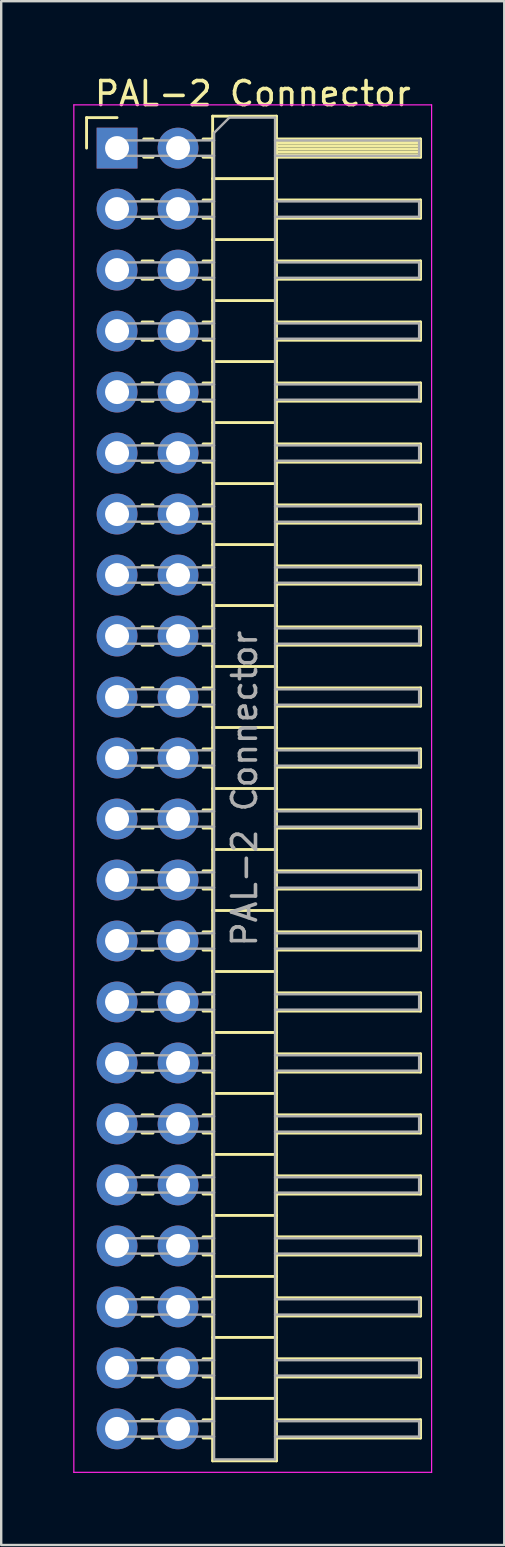
<source format=kicad_pcb>
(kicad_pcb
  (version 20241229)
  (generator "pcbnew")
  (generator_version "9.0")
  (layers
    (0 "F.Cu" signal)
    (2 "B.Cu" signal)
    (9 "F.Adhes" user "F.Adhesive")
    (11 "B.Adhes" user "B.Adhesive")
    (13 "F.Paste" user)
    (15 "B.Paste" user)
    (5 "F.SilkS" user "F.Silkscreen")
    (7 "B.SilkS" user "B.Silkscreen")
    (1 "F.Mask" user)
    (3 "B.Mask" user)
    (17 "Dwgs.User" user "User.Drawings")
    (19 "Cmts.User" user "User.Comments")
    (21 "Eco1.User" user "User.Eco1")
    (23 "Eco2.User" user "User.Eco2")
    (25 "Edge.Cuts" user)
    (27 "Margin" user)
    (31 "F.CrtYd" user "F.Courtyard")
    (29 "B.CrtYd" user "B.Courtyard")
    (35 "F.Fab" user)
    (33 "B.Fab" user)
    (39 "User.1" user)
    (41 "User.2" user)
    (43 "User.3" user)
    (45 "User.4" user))
  (footprint "PAL-2 Connector"
    (layer "F.Cu")
    (at 1.825 3.118)
    (property "Reference" "PAL-2 Connector" (at 5.655 -2.27 0) (layer "F.SilkS") (effects (font (size 1 1) (thickness 0.15))))
    (attr through_hole)
    (fp_line (start -1.27 -1.27) (end 0 -1.27) (stroke (width 0.12) (type solid)) (layer "F.SilkS"))
    (fp_line (start -1.27 0) (end -1.27 -1.27) (stroke (width 0.12) (type solid)) (layer "F.SilkS"))
    (fp_line (start 1.043 2.16) (end 1.497 2.16) (stroke (width 0.12) (type solid)) (layer "F.SilkS"))
    (fp_line (start 1.043 2.92) (end 1.497 2.92) (stroke (width 0.12) (type solid)) (layer "F.SilkS"))
    (fp_line (start 1.043 4.7) (end 1.497 4.7) (stroke (width 0.12) (type solid)) (layer "F.SilkS"))
    (fp_line (start 1.043 5.46) (end 1.497 5.46) (stroke (width 0.12) (type solid)) (layer "F.SilkS"))
    (fp_line (start 1.043 7.24) (end 1.497 7.24) (stroke (width 0.12) (type solid)) (layer "F.SilkS"))
    (fp_line (start 1.043 8) (end 1.497 8) (stroke (width 0.12) (type solid)) (layer "F.SilkS"))
    (fp_line (start 1.043 9.78) (end 1.497 9.78) (stroke (width 0.12) (type solid)) (layer "F.SilkS"))
    (fp_line (start 1.043 10.54) (end 1.497 10.54) (stroke (width 0.12) (type solid)) (layer "F.SilkS"))
    (fp_line (start 1.043 12.32) (end 1.497 12.32) (stroke (width 0.12) (type solid)) (layer "F.SilkS"))
    (fp_line (start 1.043 13.08) (end 1.497 13.08) (stroke (width 0.12) (type solid)) (layer "F.SilkS"))
    (fp_line (start 1.043 14.86) (end 1.497 14.86) (stroke (width 0.12) (type solid)) (layer "F.SilkS"))
    (fp_line (start 1.043 15.62) (end 1.497 15.62) (stroke (width 0.12) (type solid)) (layer "F.SilkS"))
    (fp_line (start 1.043 17.4) (end 1.497 17.4) (stroke (width 0.12) (type solid)) (layer "F.SilkS"))
    (fp_line (start 1.043 18.16) (end 1.497 18.16) (stroke (width 0.12) (type solid)) (layer "F.SilkS"))
    (fp_line (start 1.043 19.94) (end 1.497 19.94) (stroke (width 0.12) (type solid)) (layer "F.SilkS"))
    (fp_line (start 1.043 20.7) (end 1.497 20.7) (stroke (width 0.12) (type solid)) (layer "F.SilkS"))
    (fp_line (start 1.043 22.48) (end 1.497 22.48) (stroke (width 0.12) (type solid)) (layer "F.SilkS"))
    (fp_line (start 1.043 23.24) (end 1.497 23.24) (stroke (width 0.12) (type solid)) (layer "F.SilkS"))
    (fp_line (start 1.043 25.02) (end 1.497 25.02) (stroke (width 0.12) (type solid)) (layer "F.SilkS"))
    (fp_line (start 1.043 25.78) (end 1.497 25.78) (stroke (width 0.12) (type solid)) (layer "F.SilkS"))
    (fp_line (start 1.043 27.56) (end 1.497 27.56) (stroke (width 0.12) (type solid)) (layer "F.SilkS"))
    (fp_line (start 1.043 28.32) (end 1.497 28.32) (stroke (width 0.12) (type solid)) (layer "F.SilkS"))
    (fp_line (start 1.043 30.1) (end 1.497 30.1) (stroke (width 0.12) (type solid)) (layer "F.SilkS"))
    (fp_line (start 1.043 30.86) (end 1.497 30.86) (stroke (width 0.12) (type solid)) (layer "F.SilkS"))
    (fp_line (start 1.043 32.64) (end 1.497 32.64) (stroke (width 0.12) (type solid)) (layer "F.SilkS"))
    (fp_line (start 1.043 33.4) (end 1.497 33.4) (stroke (width 0.12) (type solid)) (layer "F.SilkS"))
    (fp_line (start 1.043 35.18) (end 1.497 35.18) (stroke (width 0.12) (type solid)) (layer "F.SilkS"))
    (fp_line (start 1.043 35.94) (end 1.497 35.94) (stroke (width 0.12) (type solid)) (layer "F.SilkS"))
    (fp_line (start 1.043 37.72) (end 1.497 37.72) (stroke (width 0.12) (type solid)) (layer "F.SilkS"))
    (fp_line (start 1.043 38.48) (end 1.497 38.48) (stroke (width 0.12) (type solid)) (layer "F.SilkS"))
    (fp_line (start 1.043 40.26) (end 1.497 40.26) (stroke (width 0.12) (type solid)) (layer "F.SilkS"))
    (fp_line (start 1.043 41.02) (end 1.497 41.02) (stroke (width 0.12) (type solid)) (layer "F.SilkS"))
    (fp_line (start 1.043 42.8) (end 1.497 42.8) (stroke (width 0.12) (type solid)) (layer "F.SilkS"))
    (fp_line (start 1.043 43.56) (end 1.497 43.56) (stroke (width 0.12) (type solid)) (layer "F.SilkS"))
    (fp_line (start 1.043 45.34) (end 1.497 45.34) (stroke (width 0.12) (type solid)) (layer "F.SilkS"))
    (fp_line (start 1.043 46.1) (end 1.497 46.1) (stroke (width 0.12) (type solid)) (layer "F.SilkS"))
    (fp_line (start 1.043 47.88) (end 1.497 47.88) (stroke (width 0.12) (type solid)) (layer "F.SilkS"))
    (fp_line (start 1.043 48.64) (end 1.497 48.64) (stroke (width 0.12) (type solid)) (layer "F.SilkS"))
    (fp_line (start 1.043 50.42) (end 1.497 50.42) (stroke (width 0.12) (type solid)) (layer "F.SilkS"))
    (fp_line (start 1.043 51.18) (end 1.497 51.18) (stroke (width 0.12) (type solid)) (layer "F.SilkS"))
    (fp_line (start 1.043 52.96) (end 1.497 52.96) (stroke (width 0.12) (type solid)) (layer "F.SilkS"))
    (fp_line (start 1.043 53.72) (end 1.497 53.72) (stroke (width 0.12) (type solid)) (layer "F.SilkS"))
    (fp_line (start 1.11 -0.38) (end 1.497 -0.38) (stroke (width 0.12) (type solid)) (layer "F.SilkS"))
    (fp_line (start 1.11 0.38) (end 1.497 0.38) (stroke (width 0.12) (type solid)) (layer "F.SilkS"))
    (fp_line (start 3.583 -0.38) (end 3.98 -0.38) (stroke (width 0.12) (type solid)) (layer "F.SilkS"))
    (fp_line (start 3.583 0.38) (end 3.98 0.38) (stroke (width 0.12) (type solid)) (layer "F.SilkS"))
    (fp_line (start 3.583 2.16) (end 3.98 2.16) (stroke (width 0.12) (type solid)) (layer "F.SilkS"))
    (fp_line (start 3.583 2.92) (end 3.98 2.92) (stroke (width 0.12) (type solid)) (layer "F.SilkS"))
    (fp_line (start 3.583 4.7) (end 3.98 4.7) (stroke (width 0.12) (type solid)) (layer "F.SilkS"))
    (fp_line (start 3.583 5.46) (end 3.98 5.46) (stroke (width 0.12) (type solid)) (layer "F.SilkS"))
    (fp_line (start 3.583 7.24) (end 3.98 7.24) (stroke (width 0.12) (type solid)) (layer "F.SilkS"))
    (fp_line (start 3.583 8) (end 3.98 8) (stroke (width 0.12) (type solid)) (layer "F.SilkS"))
    (fp_line (start 3.583 9.78) (end 3.98 9.78) (stroke (width 0.12) (type solid)) (layer "F.SilkS"))
    (fp_line (start 3.583 10.54) (end 3.98 10.54) (stroke (width 0.12) (type solid)) (layer "F.SilkS"))
    (fp_line (start 3.583 12.32) (end 3.98 12.32) (stroke (width 0.12) (type solid)) (layer "F.SilkS"))
    (fp_line (start 3.583 13.08) (end 3.98 13.08) (stroke (width 0.12) (type solid)) (layer "F.SilkS"))
    (fp_line (start 3.583 14.86) (end 3.98 14.86) (stroke (width 0.12) (type solid)) (layer "F.SilkS"))
    (fp_line (start 3.583 15.62) (end 3.98 15.62) (stroke (width 0.12) (type solid)) (layer "F.SilkS"))
    (fp_line (start 3.583 17.4) (end 3.98 17.4) (stroke (width 0.12) (type solid)) (layer "F.SilkS"))
    (fp_line (start 3.583 18.16) (end 3.98 18.16) (stroke (width 0.12) (type solid)) (layer "F.SilkS"))
    (fp_line (start 3.583 19.94) (end 3.98 19.94) (stroke (width 0.12) (type solid)) (layer "F.SilkS"))
    (fp_line (start 3.583 20.7) (end 3.98 20.7) (stroke (width 0.12) (type solid)) (layer "F.SilkS"))
    (fp_line (start 3.583 22.48) (end 3.98 22.48) (stroke (width 0.12) (type solid)) (layer "F.SilkS"))
    (fp_line (start 3.583 23.24) (end 3.98 23.24) (stroke (width 0.12) (type solid)) (layer "F.SilkS"))
    (fp_line (start 3.583 25.02) (end 3.98 25.02) (stroke (width 0.12) (type solid)) (layer "F.SilkS"))
    (fp_line (start 3.583 25.78) (end 3.98 25.78) (stroke (width 0.12) (type solid)) (layer "F.SilkS"))
    (fp_line (start 3.583 27.56) (end 3.98 27.56) (stroke (width 0.12) (type solid)) (layer "F.SilkS"))
    (fp_line (start 3.583 28.32) (end 3.98 28.32) (stroke (width 0.12) (type solid)) (layer "F.SilkS"))
    (fp_line (start 3.583 30.1) (end 3.98 30.1) (stroke (width 0.12) (type solid)) (layer "F.SilkS"))
    (fp_line (start 3.583 30.86) (end 3.98 30.86) (stroke (width 0.12) (type solid)) (layer "F.SilkS"))
    (fp_line (start 3.583 32.64) (end 3.98 32.64) (stroke (width 0.12) (type solid)) (layer "F.SilkS"))
    (fp_line (start 3.583 33.4) (end 3.98 33.4) (stroke (width 0.12) (type solid)) (layer "F.SilkS"))
    (fp_line (start 3.583 35.18) (end 3.98 35.18) (stroke (width 0.12) (type solid)) (layer "F.SilkS"))
    (fp_line (start 3.583 35.94) (end 3.98 35.94) (stroke (width 0.12) (type solid)) (layer "F.SilkS"))
    (fp_line (start 3.583 37.72) (end 3.98 37.72) (stroke (width 0.12) (type solid)) (layer "F.SilkS"))
    (fp_line (start 3.583 38.48) (end 3.98 38.48) (stroke (width 0.12) (type solid)) (layer "F.SilkS"))
    (fp_line (start 3.583 40.26) (end 3.98 40.26) (stroke (width 0.12) (type solid)) (layer "F.SilkS"))
    (fp_line (start 3.583 41.02) (end 3.98 41.02) (stroke (width 0.12) (type solid)) (layer "F.SilkS"))
    (fp_line (start 3.583 42.8) (end 3.98 42.8) (stroke (width 0.12) (type solid)) (layer "F.SilkS"))
    (fp_line (start 3.583 43.56) (end 3.98 43.56) (stroke (width 0.12) (type solid)) (layer "F.SilkS"))
    (fp_line (start 3.583 45.34) (end 3.98 45.34) (stroke (width 0.12) (type solid)) (layer "F.SilkS"))
    (fp_line (start 3.583 46.1) (end 3.98 46.1) (stroke (width 0.12) (type solid)) (layer "F.SilkS"))
    (fp_line (start 3.583 47.88) (end 3.98 47.88) (stroke (width 0.12) (type solid)) (layer "F.SilkS"))
    (fp_line (start 3.583 48.64) (end 3.98 48.64) (stroke (width 0.12) (type solid)) (layer "F.SilkS"))
    (fp_line (start 3.583 50.42) (end 3.98 50.42) (stroke (width 0.12) (type solid)) (layer "F.SilkS"))
    (fp_line (start 3.583 51.18) (end 3.98 51.18) (stroke (width 0.12) (type solid)) (layer "F.SilkS"))
    (fp_line (start 3.583 52.96) (end 3.98 52.96) (stroke (width 0.12) (type solid)) (layer "F.SilkS"))
    (fp_line (start 3.583 53.72) (end 3.98 53.72) (stroke (width 0.12) (type solid)) (layer "F.SilkS"))
    (fp_line (start 3.98 -1.33) (end 3.98 54.67) (stroke (width 0.12) (type solid)) (layer "F.SilkS"))
    (fp_line (start 3.98 1.27) (end 6.64 1.27) (stroke (width 0.12) (type solid)) (layer "F.SilkS"))
    (fp_line (start 3.98 3.81) (end 6.64 3.81) (stroke (width 0.12) (type solid)) (layer "F.SilkS"))
    (fp_line (start 3.98 6.35) (end 6.64 6.35) (stroke (width 0.12) (type solid)) (layer "F.SilkS"))
    (fp_line (start 3.98 8.89) (end 6.64 8.89) (stroke (width 0.12) (type solid)) (layer "F.SilkS"))
    (fp_line (start 3.98 11.43) (end 6.64 11.43) (stroke (width 0.12) (type solid)) (layer "F.SilkS"))
    (fp_line (start 3.98 13.97) (end 6.64 13.97) (stroke (width 0.12) (type solid)) (layer "F.SilkS"))
    (fp_line (start 3.98 16.51) (end 6.64 16.51) (stroke (width 0.12) (type solid)) (layer "F.SilkS"))
    (fp_line (start 3.98 19.05) (end 6.64 19.05) (stroke (width 0.12) (type solid)) (layer "F.SilkS"))
    (fp_line (start 3.98 21.59) (end 6.64 21.59) (stroke (width 0.12) (type solid)) (layer "F.SilkS"))
    (fp_line (start 3.98 24.13) (end 6.64 24.13) (stroke (width 0.12) (type solid)) (layer "F.SilkS"))
    (fp_line (start 3.98 26.67) (end 6.64 26.67) (stroke (width 0.12) (type solid)) (layer "F.SilkS"))
    (fp_line (start 3.98 29.21) (end 6.64 29.21) (stroke (width 0.12) (type solid)) (layer "F.SilkS"))
    (fp_line (start 3.98 31.75) (end 6.64 31.75) (stroke (width 0.12) (type solid)) (layer "F.SilkS"))
    (fp_line (start 3.98 34.29) (end 6.64 34.29) (stroke (width 0.12) (type solid)) (layer "F.SilkS"))
    (fp_line (start 3.98 36.83) (end 6.64 36.83) (stroke (width 0.12) (type solid)) (layer "F.SilkS"))
    (fp_line (start 3.98 39.37) (end 6.64 39.37) (stroke (width 0.12) (type solid)) (layer "F.SilkS"))
    (fp_line (start 3.98 41.91) (end 6.64 41.91) (stroke (width 0.12) (type solid)) (layer "F.SilkS"))
    (fp_line (start 3.98 44.45) (end 6.64 44.45) (stroke (width 0.12) (type solid)) (layer "F.SilkS"))
    (fp_line (start 3.98 46.99) (end 6.64 46.99) (stroke (width 0.12) (type solid)) (layer "F.SilkS"))
    (fp_line (start 3.98 49.53) (end 6.64 49.53) (stroke (width 0.12) (type solid)) (layer "F.SilkS"))
    (fp_line (start 3.98 52.07) (end 6.64 52.07) (stroke (width 0.12) (type solid)) (layer "F.SilkS"))
    (fp_line (start 3.98 54.67) (end 6.64 54.67) (stroke (width 0.12) (type solid)) (layer "F.SilkS"))
    (fp_line (start 6.64 -1.33) (end 3.98 -1.33) (stroke (width 0.12) (type solid)) (layer "F.SilkS"))
    (fp_line (start 6.64 -0.38) (end 12.64 -0.38) (stroke (width 0.12) (type solid)) (layer "F.SilkS"))
    (fp_line (start 6.64 -0.32) (end 12.64 -0.32) (stroke (width 0.12) (type solid)) (layer "F.SilkS"))
    (fp_line (start 6.64 -0.2) (end 12.64 -0.2) (stroke (width 0.12) (type solid)) (layer "F.SilkS"))
    (fp_line (start 6.64 -0.08) (end 12.64 -0.08) (stroke (width 0.12) (type solid)) (layer "F.SilkS"))
    (fp_line (start 6.64 0.04) (end 12.64 0.04) (stroke (width 0.12) (type solid)) (layer "F.SilkS"))
    (fp_line (start 6.64 0.16) (end 12.64 0.16) (stroke (width 0.12) (type solid)) (layer "F.SilkS"))
    (fp_line (start 6.64 0.28) (end 12.64 0.28) (stroke (width 0.12) (type solid)) (layer "F.SilkS"))
    (fp_line (start 6.64 2.16) (end 12.64 2.16) (stroke (width 0.12) (type solid)) (layer "F.SilkS"))
    (fp_line (start 6.64 4.7) (end 12.64 4.7) (stroke (width 0.12) (type solid)) (layer "F.SilkS"))
    (fp_line (start 6.64 7.24) (end 12.64 7.24) (stroke (width 0.12) (type solid)) (layer "F.SilkS"))
    (fp_line (start 6.64 9.78) (end 12.64 9.78) (stroke (width 0.12) (type solid)) (layer "F.SilkS"))
    (fp_line (start 6.64 12.32) (end 12.64 12.32) (stroke (width 0.12) (type solid)) (layer "F.SilkS"))
    (fp_line (start 6.64 14.86) (end 12.64 14.86) (stroke (width 0.12) (type solid)) (layer "F.SilkS"))
    (fp_line (start 6.64 17.4) (end 12.64 17.4) (stroke (width 0.12) (type solid)) (layer "F.SilkS"))
    (fp_line (start 6.64 19.94) (end 12.64 19.94) (stroke (width 0.12) (type solid)) (layer "F.SilkS"))
    (fp_line (start 6.64 22.48) (end 12.64 22.48) (stroke (width 0.12) (type solid)) (layer "F.SilkS"))
    (fp_line (start 6.64 25.02) (end 12.64 25.02) (stroke (width 0.12) (type solid)) (layer "F.SilkS"))
    (fp_line (start 6.64 27.56) (end 12.64 27.56) (stroke (width 0.12) (type solid)) (layer "F.SilkS"))
    (fp_line (start 6.64 30.1) (end 12.64 30.1) (stroke (width 0.12) (type solid)) (layer "F.SilkS"))
    (fp_line (start 6.64 32.64) (end 12.64 32.64) (stroke (width 0.12) (type solid)) (layer "F.SilkS"))
    (fp_line (start 6.64 35.18) (end 12.64 35.18) (stroke (width 0.12) (type solid)) (layer "F.SilkS"))
    (fp_line (start 6.64 37.72) (end 12.64 37.72) (stroke (width 0.12) (type solid)) (layer "F.SilkS"))
    (fp_line (start 6.64 40.26) (end 12.64 40.26) (stroke (width 0.12) (type solid)) (layer "F.SilkS"))
    (fp_line (start 6.64 42.8) (end 12.64 42.8) (stroke (width 0.12) (type solid)) (layer "F.SilkS"))
    (fp_line (start 6.64 45.34) (end 12.64 45.34) (stroke (width 0.12) (type solid)) (layer "F.SilkS"))
    (fp_line (start 6.64 47.88) (end 12.64 47.88) (stroke (width 0.12) (type solid)) (layer "F.SilkS"))
    (fp_line (start 6.64 50.42) (end 12.64 50.42) (stroke (width 0.12) (type solid)) (layer "F.SilkS"))
    (fp_line (start 6.64 52.96) (end 12.64 52.96) (stroke (width 0.12) (type solid)) (layer "F.SilkS"))
    (fp_line (start 6.64 54.67) (end 6.64 -1.33) (stroke (width 0.12) (type solid)) (layer "F.SilkS"))
    (fp_line (start 12.64 -0.38) (end 12.64 0.38) (stroke (width 0.12) (type solid)) (layer "F.SilkS"))
    (fp_line (start 12.64 0.38) (end 6.64 0.38) (stroke (width 0.12) (type solid)) (layer "F.SilkS"))
    (fp_line (start 12.64 2.16) (end 12.64 2.92) (stroke (width 0.12) (type solid)) (layer "F.SilkS"))
    (fp_line (start 12.64 2.92) (end 6.64 2.92) (stroke (width 0.12) (type solid)) (layer "F.SilkS"))
    (fp_line (start 12.64 4.7) (end 12.64 5.46) (stroke (width 0.12) (type solid)) (layer "F.SilkS"))
    (fp_line (start 12.64 5.46) (end 6.64 5.46) (stroke (width 0.12) (type solid)) (layer "F.SilkS"))
    (fp_line (start 12.64 7.24) (end 12.64 8) (stroke (width 0.12) (type solid)) (layer "F.SilkS"))
    (fp_line (start 12.64 8) (end 6.64 8) (stroke (width 0.12) (type solid)) (layer "F.SilkS"))
    (fp_line (start 12.64 9.78) (end 12.64 10.54) (stroke (width 0.12) (type solid)) (layer "F.SilkS"))
    (fp_line (start 12.64 10.54) (end 6.64 10.54) (stroke (width 0.12) (type solid)) (layer "F.SilkS"))
    (fp_line (start 12.64 12.32) (end 12.64 13.08) (stroke (width 0.12) (type solid)) (layer "F.SilkS"))
    (fp_line (start 12.64 13.08) (end 6.64 13.08) (stroke (width 0.12) (type solid)) (layer "F.SilkS"))
    (fp_line (start 12.64 14.86) (end 12.64 15.62) (stroke (width 0.12) (type solid)) (layer "F.SilkS"))
    (fp_line (start 12.64 15.62) (end 6.64 15.62) (stroke (width 0.12) (type solid)) (layer "F.SilkS"))
    (fp_line (start 12.64 17.4) (end 12.64 18.16) (stroke (width 0.12) (type solid)) (layer "F.SilkS"))
    (fp_line (start 12.64 18.16) (end 6.64 18.16) (stroke (width 0.12) (type solid)) (layer "F.SilkS"))
    (fp_line (start 12.64 19.94) (end 12.64 20.7) (stroke (width 0.12) (type solid)) (layer "F.SilkS"))
    (fp_line (start 12.64 20.7) (end 6.64 20.7) (stroke (width 0.12) (type solid)) (layer "F.SilkS"))
    (fp_line (start 12.64 22.48) (end 12.64 23.24) (stroke (width 0.12) (type solid)) (layer "F.SilkS"))
    (fp_line (start 12.64 23.24) (end 6.64 23.24) (stroke (width 0.12) (type solid)) (layer "F.SilkS"))
    (fp_line (start 12.64 25.02) (end 12.64 25.78) (stroke (width 0.12) (type solid)) (layer "F.SilkS"))
    (fp_line (start 12.64 25.78) (end 6.64 25.78) (stroke (width 0.12) (type solid)) (layer "F.SilkS"))
    (fp_line (start 12.64 27.56) (end 12.64 28.32) (stroke (width 0.12) (type solid)) (layer "F.SilkS"))
    (fp_line (start 12.64 28.32) (end 6.64 28.32) (stroke (width 0.12) (type solid)) (layer "F.SilkS"))
    (fp_line (start 12.64 30.1) (end 12.64 30.86) (stroke (width 0.12) (type solid)) (layer "F.SilkS"))
    (fp_line (start 12.64 30.86) (end 6.64 30.86) (stroke (width 0.12) (type solid)) (layer "F.SilkS"))
    (fp_line (start 12.64 32.64) (end 12.64 33.4) (stroke (width 0.12) (type solid)) (layer "F.SilkS"))
    (fp_line (start 12.64 33.4) (end 6.64 33.4) (stroke (width 0.12) (type solid)) (layer "F.SilkS"))
    (fp_line (start 12.64 35.18) (end 12.64 35.94) (stroke (width 0.12) (type solid)) (layer "F.SilkS"))
    (fp_line (start 12.64 35.94) (end 6.64 35.94) (stroke (width 0.12) (type solid)) (layer "F.SilkS"))
    (fp_line (start 12.64 37.72) (end 12.64 38.48) (stroke (width 0.12) (type solid)) (layer "F.SilkS"))
    (fp_line (start 12.64 38.48) (end 6.64 38.48) (stroke (width 0.12) (type solid)) (layer "F.SilkS"))
    (fp_line (start 12.64 40.26) (end 12.64 41.02) (stroke (width 0.12) (type solid)) (layer "F.SilkS"))
    (fp_line (start 12.64 41.02) (end 6.64 41.02) (stroke (width 0.12) (type solid)) (layer "F.SilkS"))
    (fp_line (start 12.64 42.8) (end 12.64 43.56) (stroke (width 0.12) (type solid)) (layer "F.SilkS"))
    (fp_line (start 12.64 43.56) (end 6.64 43.56) (stroke (width 0.12) (type solid)) (layer "F.SilkS"))
    (fp_line (start 12.64 45.34) (end 12.64 46.1) (stroke (width 0.12) (type solid)) (layer "F.SilkS"))
    (fp_line (start 12.64 46.1) (end 6.64 46.1) (stroke (width 0.12) (type solid)) (layer "F.SilkS"))
    (fp_line (start 12.64 47.88) (end 12.64 48.64) (stroke (width 0.12) (type solid)) (layer "F.SilkS"))
    (fp_line (start 12.64 48.64) (end 6.64 48.64) (stroke (width 0.12) (type solid)) (layer "F.SilkS"))
    (fp_line (start 12.64 50.42) (end 12.64 51.18) (stroke (width 0.12) (type solid)) (layer "F.SilkS"))
    (fp_line (start 12.64 51.18) (end 6.64 51.18) (stroke (width 0.12) (type solid)) (layer "F.SilkS"))
    (fp_line (start 12.64 52.96) (end 12.64 53.72) (stroke (width 0.12) (type solid)) (layer "F.SilkS"))
    (fp_line (start 12.64 53.72) (end 6.64 53.72) (stroke (width 0.12) (type solid)) (layer "F.SilkS"))
    (fp_line (start -1.8 -1.8) (end -1.8 55.15) (stroke (width 0.05) (type solid)) (layer "F.CrtYd"))
    (fp_line (start -1.8 55.15) (end 13.1 55.15) (stroke (width 0.05) (type solid)) (layer "F.CrtYd"))
    (fp_line (start 13.1 -1.8) (end -1.8 -1.8) (stroke (width 0.05) (type solid)) (layer "F.CrtYd"))
    (fp_line (start 13.1 55.15) (end 13.1 -1.8) (stroke (width 0.05) (type solid)) (layer "F.CrtYd"))
    (fp_line (start -0.32 -0.32) (end -0.32 0.32) (stroke (width 0.1) (type solid)) (layer "F.Fab"))
    (fp_line (start -0.32 -0.32) (end 4.04 -0.32) (stroke (width 0.1) (type solid)) (layer "F.Fab"))
    (fp_line (start -0.32 0.32) (end 4.04 0.32) (stroke (width 0.1) (type solid)) (layer "F.Fab"))
    (fp_line (start -0.32 2.22) (end -0.32 2.86) (stroke (width 0.1) (type solid)) (layer "F.Fab"))
    (fp_line (start -0.32 2.22) (end 4.04 2.22) (stroke (width 0.1) (type solid)) (layer "F.Fab"))
    (fp_line (start -0.32 2.86) (end 4.04 2.86) (stroke (width 0.1) (type solid)) (layer "F.Fab"))
    (fp_line (start -0.32 4.76) (end -0.32 5.4) (stroke (width 0.1) (type solid)) (layer "F.Fab"))
    (fp_line (start -0.32 4.76) (end 4.04 4.76) (stroke (width 0.1) (type solid)) (layer "F.Fab"))
    (fp_line (start -0.32 5.4) (end 4.04 5.4) (stroke (width 0.1) (type solid)) (layer "F.Fab"))
    (fp_line (start -0.32 7.3) (end -0.32 7.94) (stroke (width 0.1) (type solid)) (layer "F.Fab"))
    (fp_line (start -0.32 7.3) (end 4.04 7.3) (stroke (width 0.1) (type solid)) (layer "F.Fab"))
    (fp_line (start -0.32 7.94) (end 4.04 7.94) (stroke (width 0.1) (type solid)) (layer "F.Fab"))
    (fp_line (start -0.32 9.84) (end -0.32 10.48) (stroke (width 0.1) (type solid)) (layer "F.Fab"))
    (fp_line (start -0.32 9.84) (end 4.04 9.84) (stroke (width 0.1) (type solid)) (layer "F.Fab"))
    (fp_line (start -0.32 10.48) (end 4.04 10.48) (stroke (width 0.1) (type solid)) (layer "F.Fab"))
    (fp_line (start -0.32 12.38) (end -0.32 13.02) (stroke (width 0.1) (type solid)) (layer "F.Fab"))
    (fp_line (start -0.32 12.38) (end 4.04 12.38) (stroke (width 0.1) (type solid)) (layer "F.Fab"))
    (fp_line (start -0.32 13.02) (end 4.04 13.02) (stroke (width 0.1) (type solid)) (layer "F.Fab"))
    (fp_line (start -0.32 14.92) (end -0.32 15.56) (stroke (width 0.1) (type solid)) (layer "F.Fab"))
    (fp_line (start -0.32 14.92) (end 4.04 14.92) (stroke (width 0.1) (type solid)) (layer "F.Fab"))
    (fp_line (start -0.32 15.56) (end 4.04 15.56) (stroke (width 0.1) (type solid)) (layer "F.Fab"))
    (fp_line (start -0.32 17.46) (end -0.32 18.1) (stroke (width 0.1) (type solid)) (layer "F.Fab"))
    (fp_line (start -0.32 17.46) (end 4.04 17.46) (stroke (width 0.1) (type solid)) (layer "F.Fab"))
    (fp_line (start -0.32 18.1) (end 4.04 18.1) (stroke (width 0.1) (type solid)) (layer "F.Fab"))
    (fp_line (start -0.32 20) (end -0.32 20.64) (stroke (width 0.1) (type solid)) (layer "F.Fab"))
    (fp_line (start -0.32 20) (end 4.04 20) (stroke (width 0.1) (type solid)) (layer "F.Fab"))
    (fp_line (start -0.32 20.64) (end 4.04 20.64) (stroke (width 0.1) (type solid)) (layer "F.Fab"))
    (fp_line (start -0.32 22.54) (end -0.32 23.18) (stroke (width 0.1) (type solid)) (layer "F.Fab"))
    (fp_line (start -0.32 22.54) (end 4.04 22.54) (stroke (width 0.1) (type solid)) (layer "F.Fab"))
    (fp_line (start -0.32 23.18) (end 4.04 23.18) (stroke (width 0.1) (type solid)) (layer "F.Fab"))
    (fp_line (start -0.32 25.08) (end -0.32 25.72) (stroke (width 0.1) (type solid)) (layer "F.Fab"))
    (fp_line (start -0.32 25.08) (end 4.04 25.08) (stroke (width 0.1) (type solid)) (layer "F.Fab"))
    (fp_line (start -0.32 25.72) (end 4.04 25.72) (stroke (width 0.1) (type solid)) (layer "F.Fab"))
    (fp_line (start -0.32 27.62) (end -0.32 28.26) (stroke (width 0.1) (type solid)) (layer "F.Fab"))
    (fp_line (start -0.32 27.62) (end 4.04 27.62) (stroke (width 0.1) (type solid)) (layer "F.Fab"))
    (fp_line (start -0.32 28.26) (end 4.04 28.26) (stroke (width 0.1) (type solid)) (layer "F.Fab"))
    (fp_line (start -0.32 30.16) (end -0.32 30.8) (stroke (width 0.1) (type solid)) (layer "F.Fab"))
    (fp_line (start -0.32 30.16) (end 4.04 30.16) (stroke (width 0.1) (type solid)) (layer "F.Fab"))
    (fp_line (start -0.32 30.8) (end 4.04 30.8) (stroke (width 0.1) (type solid)) (layer "F.Fab"))
    (fp_line (start -0.32 32.7) (end -0.32 33.34) (stroke (width 0.1) (type solid)) (layer "F.Fab"))
    (fp_line (start -0.32 32.7) (end 4.04 32.7) (stroke (width 0.1) (type solid)) (layer "F.Fab"))
    (fp_line (start -0.32 33.34) (end 4.04 33.34) (stroke (width 0.1) (type solid)) (layer "F.Fab"))
    (fp_line (start -0.32 35.24) (end -0.32 35.88) (stroke (width 0.1) (type solid)) (layer "F.Fab"))
    (fp_line (start -0.32 35.24) (end 4.04 35.24) (stroke (width 0.1) (type solid)) (layer "F.Fab"))
    (fp_line (start -0.32 35.88) (end 4.04 35.88) (stroke (width 0.1) (type solid)) (layer "F.Fab"))
    (fp_line (start -0.32 37.78) (end -0.32 38.42) (stroke (width 0.1) (type solid)) (layer "F.Fab"))
    (fp_line (start -0.32 37.78) (end 4.04 37.78) (stroke (width 0.1) (type solid)) (layer "F.Fab"))
    (fp_line (start -0.32 38.42) (end 4.04 38.42) (stroke (width 0.1) (type solid)) (layer "F.Fab"))
    (fp_line (start -0.32 40.32) (end -0.32 40.96) (stroke (width 0.1) (type solid)) (layer "F.Fab"))
    (fp_line (start -0.32 40.32) (end 4.04 40.32) (stroke (width 0.1) (type solid)) (layer "F.Fab"))
    (fp_line (start -0.32 40.96) (end 4.04 40.96) (stroke (width 0.1) (type solid)) (layer "F.Fab"))
    (fp_line (start -0.32 42.86) (end -0.32 43.5) (stroke (width 0.1) (type solid)) (layer "F.Fab"))
    (fp_line (start -0.32 42.86) (end 4.04 42.86) (stroke (width 0.1) (type solid)) (layer "F.Fab"))
    (fp_line (start -0.32 43.5) (end 4.04 43.5) (stroke (width 0.1) (type solid)) (layer "F.Fab"))
    (fp_line (start -0.32 45.4) (end -0.32 46.04) (stroke (width 0.1) (type solid)) (layer "F.Fab"))
    (fp_line (start -0.32 45.4) (end 4.04 45.4) (stroke (width 0.1) (type solid)) (layer "F.Fab"))
    (fp_line (start -0.32 46.04) (end 4.04 46.04) (stroke (width 0.1) (type solid)) (layer "F.Fab"))
    (fp_line (start -0.32 47.94) (end -0.32 48.58) (stroke (width 0.1) (type solid)) (layer "F.Fab"))
    (fp_line (start -0.32 47.94) (end 4.04 47.94) (stroke (width 0.1) (type solid)) (layer "F.Fab"))
    (fp_line (start -0.32 48.58) (end 4.04 48.58) (stroke (width 0.1) (type solid)) (layer "F.Fab"))
    (fp_line (start -0.32 50.48) (end -0.32 51.12) (stroke (width 0.1) (type solid)) (layer "F.Fab"))
    (fp_line (start -0.32 50.48) (end 4.04 50.48) (stroke (width 0.1) (type solid)) (layer "F.Fab"))
    (fp_line (start -0.32 51.12) (end 4.04 51.12) (stroke (width 0.1) (type solid)) (layer "F.Fab"))
    (fp_line (start -0.32 53.02) (end -0.32 53.66) (stroke (width 0.1) (type solid)) (layer "F.Fab"))
    (fp_line (start -0.32 53.02) (end 4.04 53.02) (stroke (width 0.1) (type solid)) (layer "F.Fab"))
    (fp_line (start -0.32 53.66) (end 4.04 53.66) (stroke (width 0.1) (type solid)) (layer "F.Fab"))
    (fp_line (start 4.04 -0.635) (end 4.675 -1.27) (stroke (width 0.1) (type solid)) (layer "F.Fab"))
    (fp_line (start 4.04 54.61) (end 4.04 -0.635) (stroke (width 0.1) (type solid)) (layer "F.Fab"))
    (fp_line (start 4.675 -1.27) (end 6.58 -1.27) (stroke (width 0.1) (type solid)) (layer "F.Fab"))
    (fp_line (start 6.58 -1.27) (end 6.58 54.61) (stroke (width 0.1) (type solid)) (layer "F.Fab"))
    (fp_line (start 6.58 -0.32) (end 12.58 -0.32) (stroke (width 0.1) (type solid)) (layer "F.Fab"))
    (fp_line (start 6.58 0.32) (end 12.58 0.32) (stroke (width 0.1) (type solid)) (layer "F.Fab"))
    (fp_line (start 6.58 2.22) (end 12.58 2.22) (stroke (width 0.1) (type solid)) (layer "F.Fab"))
    (fp_line (start 6.58 2.86) (end 12.58 2.86) (stroke (width 0.1) (type solid)) (layer "F.Fab"))
    (fp_line (start 6.58 4.76) (end 12.58 4.76) (stroke (width 0.1) (type solid)) (layer "F.Fab"))
    (fp_line (start 6.58 5.4) (end 12.58 5.4) (stroke (width 0.1) (type solid)) (layer "F.Fab"))
    (fp_line (start 6.58 7.3) (end 12.58 7.3) (stroke (width 0.1) (type solid)) (layer "F.Fab"))
    (fp_line (start 6.58 7.94) (end 12.58 7.94) (stroke (width 0.1) (type solid)) (layer "F.Fab"))
    (fp_line (start 6.58 9.84) (end 12.58 9.84) (stroke (width 0.1) (type solid)) (layer "F.Fab"))
    (fp_line (start 6.58 10.48) (end 12.58 10.48) (stroke (width 0.1) (type solid)) (layer "F.Fab"))
    (fp_line (start 6.58 12.38) (end 12.58 12.38) (stroke (width 0.1) (type solid)) (layer "F.Fab"))
    (fp_line (start 6.58 13.02) (end 12.58 13.02) (stroke (width 0.1) (type solid)) (layer "F.Fab"))
    (fp_line (start 6.58 14.92) (end 12.58 14.92) (stroke (width 0.1) (type solid)) (layer "F.Fab"))
    (fp_line (start 6.58 15.56) (end 12.58 15.56) (stroke (width 0.1) (type solid)) (layer "F.Fab"))
    (fp_line (start 6.58 17.46) (end 12.58 17.46) (stroke (width 0.1) (type solid)) (layer "F.Fab"))
    (fp_line (start 6.58 18.1) (end 12.58 18.1) (stroke (width 0.1) (type solid)) (layer "F.Fab"))
    (fp_line (start 6.58 20) (end 12.58 20) (stroke (width 0.1) (type solid)) (layer "F.Fab"))
    (fp_line (start 6.58 20.64) (end 12.58 20.64) (stroke (width 0.1) (type solid)) (layer "F.Fab"))
    (fp_line (start 6.58 22.54) (end 12.58 22.54) (stroke (width 0.1) (type solid)) (layer "F.Fab"))
    (fp_line (start 6.58 23.18) (end 12.58 23.18) (stroke (width 0.1) (type solid)) (layer "F.Fab"))
    (fp_line (start 6.58 25.08) (end 12.58 25.08) (stroke (width 0.1) (type solid)) (layer "F.Fab"))
    (fp_line (start 6.58 25.72) (end 12.58 25.72) (stroke (width 0.1) (type solid)) (layer "F.Fab"))
    (fp_line (start 6.58 27.62) (end 12.58 27.62) (stroke (width 0.1) (type solid)) (layer "F.Fab"))
    (fp_line (start 6.58 28.26) (end 12.58 28.26) (stroke (width 0.1) (type solid)) (layer "F.Fab"))
    (fp_line (start 6.58 30.16) (end 12.58 30.16) (stroke (width 0.1) (type solid)) (layer "F.Fab"))
    (fp_line (start 6.58 30.8) (end 12.58 30.8) (stroke (width 0.1) (type solid)) (layer "F.Fab"))
    (fp_line (start 6.58 32.7) (end 12.58 32.7) (stroke (width 0.1) (type solid)) (layer "F.Fab"))
    (fp_line (start 6.58 33.34) (end 12.58 33.34) (stroke (width 0.1) (type solid)) (layer "F.Fab"))
    (fp_line (start 6.58 35.24) (end 12.58 35.24) (stroke (width 0.1) (type solid)) (layer "F.Fab"))
    (fp_line (start 6.58 35.88) (end 12.58 35.88) (stroke (width 0.1) (type solid)) (layer "F.Fab"))
    (fp_line (start 6.58 37.78) (end 12.58 37.78) (stroke (width 0.1) (type solid)) (layer "F.Fab"))
    (fp_line (start 6.58 38.42) (end 12.58 38.42) (stroke (width 0.1) (type solid)) (layer "F.Fab"))
    (fp_line (start 6.58 40.32) (end 12.58 40.32) (stroke (width 0.1) (type solid)) (layer "F.Fab"))
    (fp_line (start 6.58 40.96) (end 12.58 40.96) (stroke (width 0.1) (type solid)) (layer "F.Fab"))
    (fp_line (start 6.58 42.86) (end 12.58 42.86) (stroke (width 0.1) (type solid)) (layer "F.Fab"))
    (fp_line (start 6.58 43.5) (end 12.58 43.5) (stroke (width 0.1) (type solid)) (layer "F.Fab"))
    (fp_line (start 6.58 45.4) (end 12.58 45.4) (stroke (width 0.1) (type solid)) (layer "F.Fab"))
    (fp_line (start 6.58 46.04) (end 12.58 46.04) (stroke (width 0.1) (type solid)) (layer "F.Fab"))
    (fp_line (start 6.58 47.94) (end 12.58 47.94) (stroke (width 0.1) (type solid)) (layer "F.Fab"))
    (fp_line (start 6.58 48.58) (end 12.58 48.58) (stroke (width 0.1) (type solid)) (layer "F.Fab"))
    (fp_line (start 6.58 50.48) (end 12.58 50.48) (stroke (width 0.1) (type solid)) (layer "F.Fab"))
    (fp_line (start 6.58 51.12) (end 12.58 51.12) (stroke (width 0.1) (type solid)) (layer "F.Fab"))
    (fp_line (start 6.58 53.02) (end 12.58 53.02) (stroke (width 0.1) (type solid)) (layer "F.Fab"))
    (fp_line (start 6.58 53.66) (end 12.58 53.66) (stroke (width 0.1) (type solid)) (layer "F.Fab"))
    (fp_line (start 6.58 54.61) (end 4.04 54.61) (stroke (width 0.1) (type solid)) (layer "F.Fab"))
    (fp_line (start 12.58 -0.32) (end 12.58 0.32) (stroke (width 0.1) (type solid)) (layer "F.Fab"))
    (fp_line (start 12.58 2.22) (end 12.58 2.86) (stroke (width 0.1) (type solid)) (layer "F.Fab"))
    (fp_line (start 12.58 4.76) (end 12.58 5.4) (stroke (width 0.1) (type solid)) (layer "F.Fab"))
    (fp_line (start 12.58 7.3) (end 12.58 7.94) (stroke (width 0.1) (type solid)) (layer "F.Fab"))
    (fp_line (start 12.58 9.84) (end 12.58 10.48) (stroke (width 0.1) (type solid)) (layer "F.Fab"))
    (fp_line (start 12.58 12.38) (end 12.58 13.02) (stroke (width 0.1) (type solid)) (layer "F.Fab"))
    (fp_line (start 12.58 14.92) (end 12.58 15.56) (stroke (width 0.1) (type solid)) (layer "F.Fab"))
    (fp_line (start 12.58 17.46) (end 12.58 18.1) (stroke (width 0.1) (type solid)) (layer "F.Fab"))
    (fp_line (start 12.58 20) (end 12.58 20.64) (stroke (width 0.1) (type solid)) (layer "F.Fab"))
    (fp_line (start 12.58 22.54) (end 12.58 23.18) (stroke (width 0.1) (type solid)) (layer "F.Fab"))
    (fp_line (start 12.58 25.08) (end 12.58 25.72) (stroke (width 0.1) (type solid)) (layer "F.Fab"))
    (fp_line (start 12.58 27.62) (end 12.58 28.26) (stroke (width 0.1) (type solid)) (layer "F.Fab"))
    (fp_line (start 12.58 30.16) (end 12.58 30.8) (stroke (width 0.1) (type solid)) (layer "F.Fab"))
    (fp_line (start 12.58 32.7) (end 12.58 33.34) (stroke (width 0.1) (type solid)) (layer "F.Fab"))
    (fp_line (start 12.58 35.24) (end 12.58 35.88) (stroke (width 0.1) (type solid)) (layer "F.Fab"))
    (fp_line (start 12.58 37.78) (end 12.58 38.42) (stroke (width 0.1) (type solid)) (layer "F.Fab"))
    (fp_line (start 12.58 40.32) (end 12.58 40.96) (stroke (width 0.1) (type solid)) (layer "F.Fab"))
    (fp_line (start 12.58 42.86) (end 12.58 43.5) (stroke (width 0.1) (type solid)) (layer "F.Fab"))
    (fp_line (start 12.58 45.4) (end 12.58 46.04) (stroke (width 0.1) (type solid)) (layer "F.Fab"))
    (fp_line (start 12.58 47.94) (end 12.58 48.58) (stroke (width 0.1) (type solid)) (layer "F.Fab"))
    (fp_line (start 12.58 50.48) (end 12.58 51.12) (stroke (width 0.1) (type solid)) (layer "F.Fab"))
    (fp_line (start 12.58 53.02) (end 12.58 53.66) (stroke (width 0.1) (type solid)) (layer "F.Fab"))
    (fp_text user "${REFERENCE}" (at 5.31 26.67 90) (layer "F.Fab") (effects (font (size 1 1) (thickness 0.15))))
    (pad "1" thru_hole rect (at 0 0) (size 1.7 1.7) (drill 1) (layers "*.Cu" "*.Mask"))
    (pad "2" thru_hole oval (at 0 2.54) (size 1.7 1.7) (drill 1) (layers "*.Cu" "*.Mask"))
    (pad "3" thru_hole oval (at 0 5.08) (size 1.7 1.7) (drill 1) (layers "*.Cu" "*.Mask"))
    (pad "4" thru_hole oval (at 0 7.62) (size 1.7 1.7) (drill 1) (layers "*.Cu" "*.Mask"))
    (pad "5" thru_hole oval (at 0 10.16) (size 1.7 1.7) (drill 1) (layers "*.Cu" "*.Mask"))
    (pad "6" thru_hole oval (at 0 12.7) (size 1.7 1.7) (drill 1) (layers "*.Cu" "*.Mask"))
    (pad "7" thru_hole oval (at 0 15.24) (size 1.7 1.7) (drill 1) (layers "*.Cu" "*.Mask"))
    (pad "8" thru_hole oval (at 0 17.78) (size 1.7 1.7) (drill 1) (layers "*.Cu" "*.Mask"))
    (pad "9" thru_hole oval (at 0 20.32) (size 1.7 1.7) (drill 1) (layers "*.Cu" "*.Mask"))
    (pad "10" thru_hole oval (at 0 22.86) (size 1.7 1.7) (drill 1) (layers "*.Cu" "*.Mask"))
    (pad "11" thru_hole oval (at 0 25.4) (size 1.7 1.7) (drill 1) (layers "*.Cu" "*.Mask"))
    (pad "12" thru_hole oval (at 0 27.94) (size 1.7 1.7) (drill 1) (layers "*.Cu" "*.Mask"))
    (pad "13" thru_hole oval (at 0 30.48) (size 1.7 1.7) (drill 1) (layers "*.Cu" "*.Mask"))
    (pad "14" thru_hole oval (at 0 33.02) (size 1.7 1.7) (drill 1) (layers "*.Cu" "*.Mask"))
    (pad "15" thru_hole oval (at 0 35.56) (size 1.7 1.7) (drill 1) (layers "*.Cu" "*.Mask"))
    (pad "16" thru_hole oval (at 0 38.1) (size 1.7 1.7) (drill 1) (layers "*.Cu" "*.Mask"))
    (pad "17" thru_hole oval (at 0 40.64) (size 1.7 1.7) (drill 1) (layers "*.Cu" "*.Mask"))
    (pad "18" thru_hole oval (at 0 43.18) (size 1.7 1.7) (drill 1) (layers "*.Cu" "*.Mask"))
    (pad "19" thru_hole oval (at 0 45.72) (size 1.7 1.7) (drill 1) (layers "*.Cu" "*.Mask"))
    (pad "20" thru_hole oval (at 0 48.26) (size 1.7 1.7) (drill 1) (layers "*.Cu" "*.Mask"))
    (pad "21" thru_hole oval (at 0 50.8) (size 1.7 1.7) (drill 1) (layers "*.Cu" "*.Mask"))
    (pad "22" thru_hole oval (at 0 53.34) (size 1.7 1.7) (drill 1) (layers "*.Cu" "*.Mask"))
    (pad "A" thru_hole oval (at 2.54 0) (size 1.7 1.7) (drill 1) (layers "*.Cu" "*.Mask"))
    (pad "B" thru_hole oval (at 2.54 2.54) (size 1.7 1.7) (drill 1) (layers "*.Cu" "*.Mask"))
    (pad "C" thru_hole oval (at 2.54 5.08) (size 1.7 1.7) (drill 1) (layers "*.Cu" "*.Mask"))
    (pad "D" thru_hole oval (at 2.54 7.62) (size 1.7 1.7) (drill 1) (layers "*.Cu" "*.Mask"))
    (pad "E" thru_hole oval (at 2.54 10.16) (size 1.7 1.7) (drill 1) (layers "*.Cu" "*.Mask"))
    (pad "F" thru_hole oval (at 2.54 12.7) (size 1.7 1.7) (drill 1) (layers "*.Cu" "*.Mask"))
    (pad "H" thru_hole oval (at 2.54 15.24) (size 1.7 1.7) (drill 1) (layers "*.Cu" "*.Mask"))
    (pad "J" thru_hole oval (at 2.54 17.78) (size 1.7 1.7) (drill 1) (layers "*.Cu" "*.Mask"))
    (pad "K" thru_hole oval (at 2.54 20.32) (size 1.7 1.7) (drill 1) (layers "*.Cu" "*.Mask"))
    (pad "L" thru_hole oval (at 2.54 22.86) (size 1.7 1.7) (drill 1) (layers "*.Cu" "*.Mask"))
    (pad "M" thru_hole oval (at 2.54 25.4) (size 1.7 1.7) (drill 1) (layers "*.Cu" "*.Mask"))
    (pad "N" thru_hole oval (at 2.54 27.94) (size 1.7 1.7) (drill 1) (layers "*.Cu" "*.Mask"))
    (pad "P" thru_hole oval (at 2.54 30.48) (size 1.7 1.7) (drill 1) (layers "*.Cu" "*.Mask"))
    (pad "R" thru_hole oval (at 2.54 33.02) (size 1.7 1.7) (drill 1) (layers "*.Cu" "*.Mask"))
    (pad "S" thru_hole oval (at 2.54 35.56) (size 1.7 1.7) (drill 1) (layers "*.Cu" "*.Mask"))
    (pad "T" thru_hole oval (at 2.54 38.1) (size 1.7 1.7) (drill 1) (layers "*.Cu" "*.Mask"))
    (pad "U" thru_hole oval (at 2.54 40.64) (size 1.7 1.7) (drill 1) (layers "*.Cu" "*.Mask"))
    (pad "V" thru_hole oval (at 2.54 43.18) (size 1.7 1.7) (drill 1) (layers "*.Cu" "*.Mask"))
    (pad "W" thru_hole oval (at 2.54 45.72) (size 1.7 1.7) (drill 1) (layers "*.Cu" "*.Mask"))
    (pad "X" thru_hole oval (at 2.54 48.26) (size 1.7 1.7) (drill 1) (layers "*.Cu" "*.Mask"))
    (pad "Y" thru_hole oval (at 2.54 50.8) (size 1.7 1.7) (drill 1) (layers "*.Cu" "*.Mask"))
    (pad "Z" thru_hole oval (at 2.54 53.34) (size 1.7 1.7) (drill 1) (layers "*.Cu" "*.Mask")))
  (gr_rect
    (start -3 -3)
    (end 17.95 61.293)
    (stroke (width 0.1) (type default))
    (fill no)
    (layer "Edge.Cuts")))
</source>
